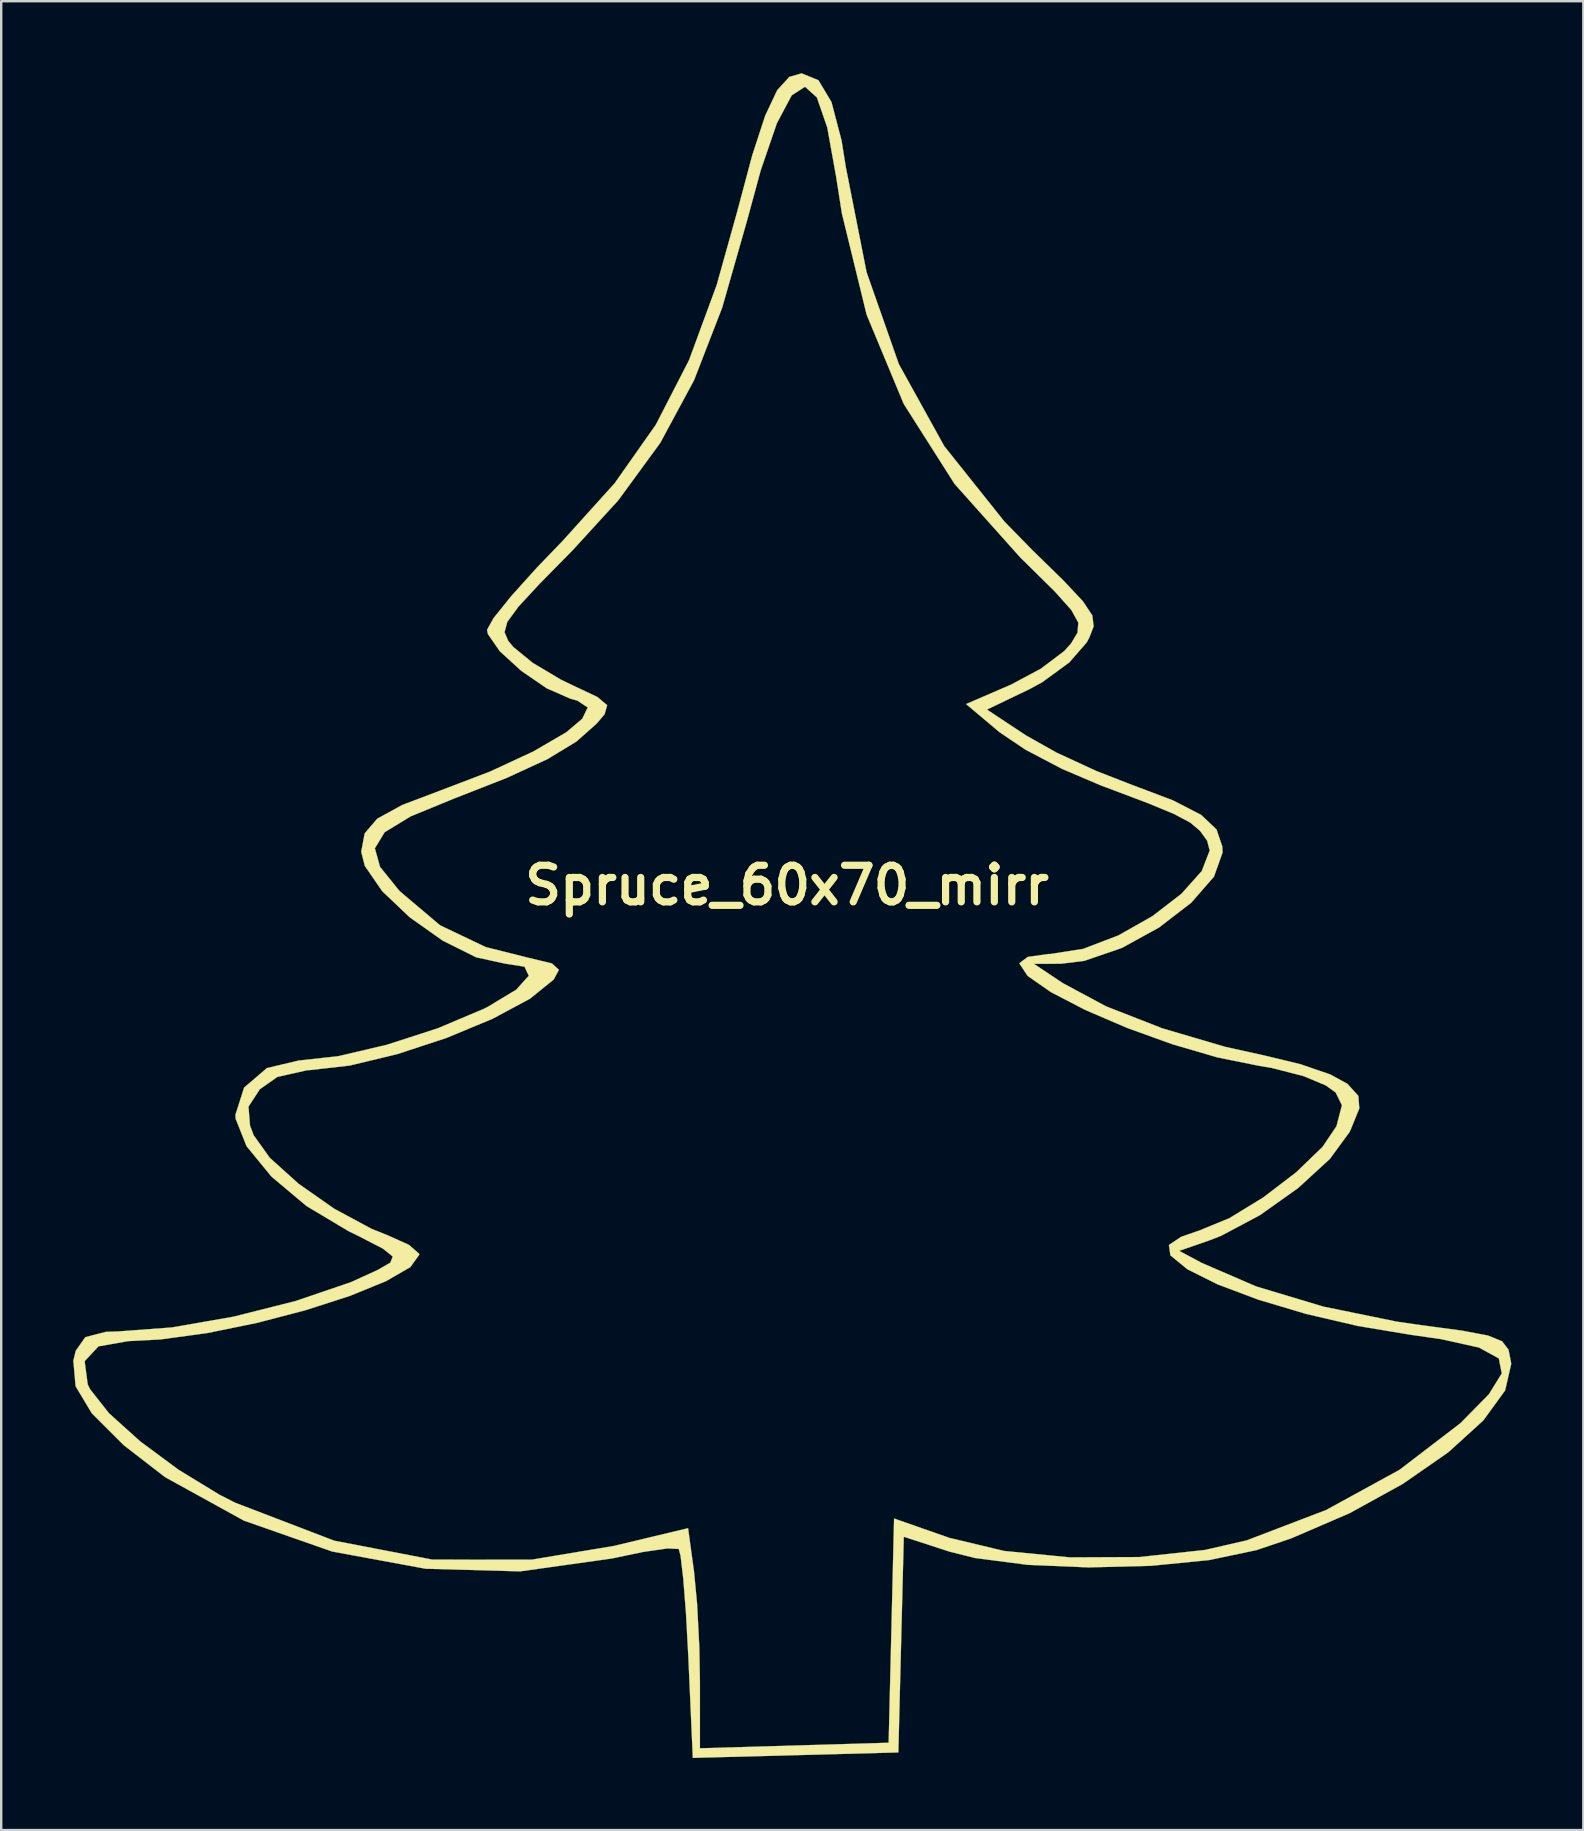
<source format=kicad_pcb>
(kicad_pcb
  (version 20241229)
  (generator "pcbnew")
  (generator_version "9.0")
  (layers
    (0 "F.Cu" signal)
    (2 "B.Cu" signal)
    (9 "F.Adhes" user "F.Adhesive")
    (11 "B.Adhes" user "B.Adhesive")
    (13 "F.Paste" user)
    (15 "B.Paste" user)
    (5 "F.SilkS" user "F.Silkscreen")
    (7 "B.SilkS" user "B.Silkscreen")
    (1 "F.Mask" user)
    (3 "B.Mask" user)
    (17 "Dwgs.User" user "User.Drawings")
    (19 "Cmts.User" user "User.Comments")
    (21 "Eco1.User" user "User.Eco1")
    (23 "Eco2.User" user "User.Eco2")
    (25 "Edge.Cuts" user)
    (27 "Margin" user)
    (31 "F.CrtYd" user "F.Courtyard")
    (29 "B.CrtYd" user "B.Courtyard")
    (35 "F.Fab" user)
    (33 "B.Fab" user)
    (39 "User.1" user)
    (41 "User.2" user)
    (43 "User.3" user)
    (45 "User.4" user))
  (footprint "Spruce_60x70_mirr"
    (layer "F.Cu")
    (at 29.738 35.081)
    (property "Reference" "Spruce_60x70_mirr" (at 0 -1.25 0) (layer "F.SilkS") (effects (font (size 1.524 1.524) (thickness 0.3))))
    (attr through_hole)
    (fp_poly (pts (xy 1.308 -34.789) (xy 1.852 -33.879) (xy 2.272 -32.274) (xy 2.448 -31.173) (xy 3.313 -26.791) (xy 4.658 -22.961) (xy 6.551 -19.543) (xy 9.061 -16.396) (xy 10.24 -15.193) (xy 11.534 -13.927) (xy 12.332 -13.074) (xy 12.717 -12.492) (xy 12.774 -12.035) (xy 12.587 -11.558) (xy 12.481 -11.363) (xy 11.757 -10.533) (xy 10.626 -9.707) (xy 10.107 -9.425) (xy 8.328 -8.57) (xy 9.963 -7.488) (xy 11.236 -6.773) (xy 12.884 -6.012) (xy 14.258 -5.476) (xy 16.084 -4.785) (xy 17.253 -4.182) (xy 17.893 -3.575) (xy 18.131 -2.87) (xy 18.143 -2.613) (xy 17.786 -1.61) (xy 16.841 -0.526) (xy 15.499 0.507) (xy 13.951 1.359) (xy 12.387 1.897) (xy 11.403 2.019) (xy 10.281 2.021) (xy 11.49 2.827) (xy 13.29 3.793) (xy 15.633 4.709) (xy 18.258 5.481) (xy 19.878 5.839) (xy 21.381 6.201) (xy 22.638 6.633) (xy 23.349 7.024) (xy 23.8 7.523) (xy 23.841 8.045) (xy 23.486 8.918) (xy 23.428 9.038) (xy 22.616 10.147) (xy 21.293 11.361) (xy 19.701 12.492) (xy 18.082 13.353) (xy 17.599 13.541) (xy 16.336 13.979) (xy 17.279 14.483) (xy 19.541 15.46) (xy 22.339 16.301) (xy 25.402 16.928) (xy 26.408 17.073) (xy 28.122 17.304) (xy 29.196 17.506) (xy 29.787 17.745) (xy 30.055 18.092) (xy 30.159 18.614) (xy 30.168 18.692) (xy 29.916 19.793) (xy 29.004 21.048) (xy 27.545 22.373) (xy 25.651 23.688) (xy 23.435 24.909) (xy 21.008 25.955) (xy 19.554 26.447) (xy 17.593 26.86) (xy 15.171 27.1) (xy 12.558 27.167) (xy 10.022 27.06) (xy 7.835 26.776) (xy 6.766 26.509) (xy 4.864 25.89) (xy 4.75 30.382) (xy 4.637 34.875) (xy -3.925 35.102) (xy -4.114 30.855) (xy -4.21 29.087) (xy -4.323 27.637) (xy -4.436 26.682) (xy -4.512 26.398) (xy -4.982 26.377) (xy -6.006 26.525) (xy -7.3 26.796) (xy -11.118 27.332) (xy -15.058 27.222) (xy -18.95 26.505) (xy -22.625 25.219) (xy -25.912 23.406) (xy -27.634 22.075) (xy -28.963 20.747) (xy -29.638 19.622) (xy -29.731 18.576) (xy -29.262 18.576) (xy -29.133 19.544) (xy -29.032 19.749) (xy -28.25 20.742) (xy -26.95 21.914) (xy -25.346 23.101) (xy -23.648 24.137) (xy -22.996 24.47) (xy -18.869 26.053) (xy -14.773 26.842) (xy -10.643 26.845) (xy -7.202 26.27) (xy -4.123 25.533) (xy -3.876 27.337) (xy -3.744 28.723) (xy -3.655 30.488) (xy -3.629 31.922) (xy -3.629 34.702) (xy 4.233 34.471) (xy 4.346 29.801) (xy 4.459 25.13) (xy 6.765 25.937) (xy 9.047 26.482) (xy 11.783 26.749) (xy 14.672 26.736) (xy 17.411 26.44) (xy 19.151 26.04) (xy 22.46 24.775) (xy 25.514 23.102) (xy 28.042 21.167) (xy 28.068 21.143) (xy 29.235 19.958) (xy 29.776 19.087) (xy 29.652 18.46) (xy 28.824 18.007) (xy 27.251 17.658) (xy 26 17.478) (xy 23.788 17.11) (xy 21.624 16.607) (xy 19.633 16.013) (xy 17.942 15.378) (xy 16.679 14.747) (xy 15.971 14.168) (xy 15.909 13.735) (xy 16.422 13.393) (xy 17.202 13.122) (xy 18.427 12.618) (xy 19.841 11.753) (xy 21.213 10.704) (xy 22.309 9.647) (xy 22.889 8.788) (xy 23.116 7.915) (xy 22.857 7.384) (xy 22.446 7.088) (xy 21.516 6.698) (xy 20.2 6.361) (xy 19.639 6.266) (xy 17.932 5.921) (xy 16.054 5.373) (xy 14.164 4.691) (xy 12.423 3.943) (xy 10.988 3.198) (xy 10.02 2.523) (xy 9.676 1.999) (xy 10.028 1.734) (xy 10.883 1.613) (xy 10.96 1.613) (xy 12.333 1.4) (xy 13.804 0.838) (xy 15.222 0.035) (xy 16.43 -0.896) (xy 17.277 -1.844) (xy 17.608 -2.699) (xy 17.5 -3.112) (xy 17.202 -3.521) (xy 16.796 -3.863) (xy 16.124 -4.22) (xy 15.028 -4.674) (xy 13.352 -5.307) (xy 13.083 -5.406) (xy 11.451 -6.102) (xy 9.923 -6.905) (xy 8.85 -7.629) (xy 7.459 -8.8) (xy 9.327 -9.607) (xy 10.564 -10.266) (xy 11.552 -11.011) (xy 11.833 -11.325) (xy 12.102 -11.775) (xy 12.134 -12.192) (xy 11.845 -12.717) (xy 11.152 -13.492) (xy 9.971 -14.658) (xy 9.735 -14.887) (xy 6.98 -17.969) (xy 4.861 -21.303) (xy 3.316 -25.019) (xy 2.283 -29.247) (xy 2.045 -30.77) (xy 1.675 -32.822) (xy 1.243 -34.071) (xy 0.749 -34.517) (xy 0.194 -34.16) (xy -0.421 -33.001) (xy -1.096 -31.038) (xy -1.661 -28.959) (xy -2.7 -25.321) (xy -3.873 -22.293) (xy -5.283 -19.679) (xy -7.033 -17.285) (xy -8.94 -15.201) (xy -10.315 -13.804) (xy -11.194 -12.852) (xy -11.654 -12.223) (xy -11.77 -11.792) (xy -11.618 -11.435) (xy -11.405 -11.178) (xy -10.592 -10.514) (xy -9.409 -9.811) (xy -8.938 -9.584) (xy -7.903 -9.096) (xy -7.494 -8.752) (xy -7.601 -8.375) (xy -7.929 -7.989) (xy -8.769 -7.242) (xy -9.97 -6.512) (xy -11.673 -5.726) (xy -13.866 -4.866) (xy -15.681 -4.121) (xy -16.764 -3.46) (xy -17.171 -2.79) (xy -16.956 -2.018) (xy -16.173 -1.047) (xy -16.117 -0.989) (xy -14.452 0.419) (xy -12.549 1.325) (xy -10.755 1.775) (xy -9.796 2.005) (xy -9.503 2.272) (xy -9.722 2.676) (xy -10.707 3.474) (xy -12.269 4.312) (xy -14.189 5.11) (xy -16.246 5.786) (xy -18.221 6.26) (xy -19.894 6.45) (xy -19.979 6.451) (xy -21.237 6.735) (xy -21.964 7.247) (xy -22.436 7.972) (xy -22.373 8.758) (xy -22.219 9.166) (xy -21.544 10.108) (xy -20.349 11.184) (xy -18.861 12.226) (xy -17.307 13.063) (xy -16.631 13.334) (xy -15.752 13.729) (xy -15.328 14.101) (xy -15.321 14.14) (xy -15.694 14.657) (xy -16.712 15.245) (xy -18.221 15.859) (xy -20.069 16.455) (xy -22.101 16.985) (xy -24.165 17.406) (xy -26.107 17.67) (xy -27.447 17.74) (xy -28.686 17.958) (xy -29.262 18.576) (xy -29.731 18.576) (xy -29.733 18.558) (xy -29.633 18.143) (xy -29.234 17.575) (xy -28.374 17.353) (xy -27.866 17.337) (xy -25.636 17.171) (xy -23.065 16.723) (xy -20.472 16.069) (xy -18.172 15.285) (xy -17.049 14.773) (xy -16.527 14.471) (xy -16.426 14.215) (xy -16.838 13.886) (xy -17.856 13.36) (xy -18.275 13.155) (xy -20.019 12.113) (xy -21.482 10.883) (xy -22.516 9.62) (xy -22.972 8.475) (xy -22.981 8.314) (xy -22.619 7.178) (xy -21.669 6.365) (xy -20.336 6.048) (xy -20.312 6.048) (xy -18.698 5.87) (xy -16.677 5.395) (xy -14.553 4.708) (xy -12.63 3.895) (xy -12.477 3.819) (xy -11.281 3.098) (xy -10.76 2.519) (xy -10.938 2.139) (xy -11.736 2.016) (xy -12.954 1.75) (xy -14.348 1.054) (xy -15.719 0.084) (xy -16.866 -1.005) (xy -17.59 -2.058) (xy -17.74 -2.65) (xy -17.596 -3.411) (xy -17.073 -4.024) (xy -16.031 -4.596) (xy -14.451 -5.194) (xy -12.37 -5.989) (xy -10.557 -6.831) (xy -9.192 -7.628) (xy -8.53 -8.189) (xy -8.303 -8.658) (xy -8.733 -8.942) (xy -9.03 -9.025) (xy -10.008 -9.454) (xy -11.067 -10.179) (xy -11.966 -10.999) (xy -12.463 -11.717) (xy -12.498 -11.892) (xy -12.229 -12.378) (xy -11.497 -13.288) (xy -10.421 -14.484) (xy -9.328 -15.619) (xy -7.179 -18.002) (xy -5.465 -20.439) (xy -4.083 -23.128) (xy -2.929 -26.263) (xy -2.078 -29.307) (xy -1.45 -31.661) (xy -0.908 -33.318) (xy -0.409 -34.374) (xy 0.095 -34.927) (xy 0.605 -35.076) (xy 1.308 -34.789)) (stroke (width 0.01) (type solid)) (fill yes) (layer "F.SilkS")))
  (gr_rect
    (start -3 -3)
    (end 62.911 73.189)
    (stroke (width 0.1) (type default))
    (fill no)
    (layer "Edge.Cuts")))
</source>
